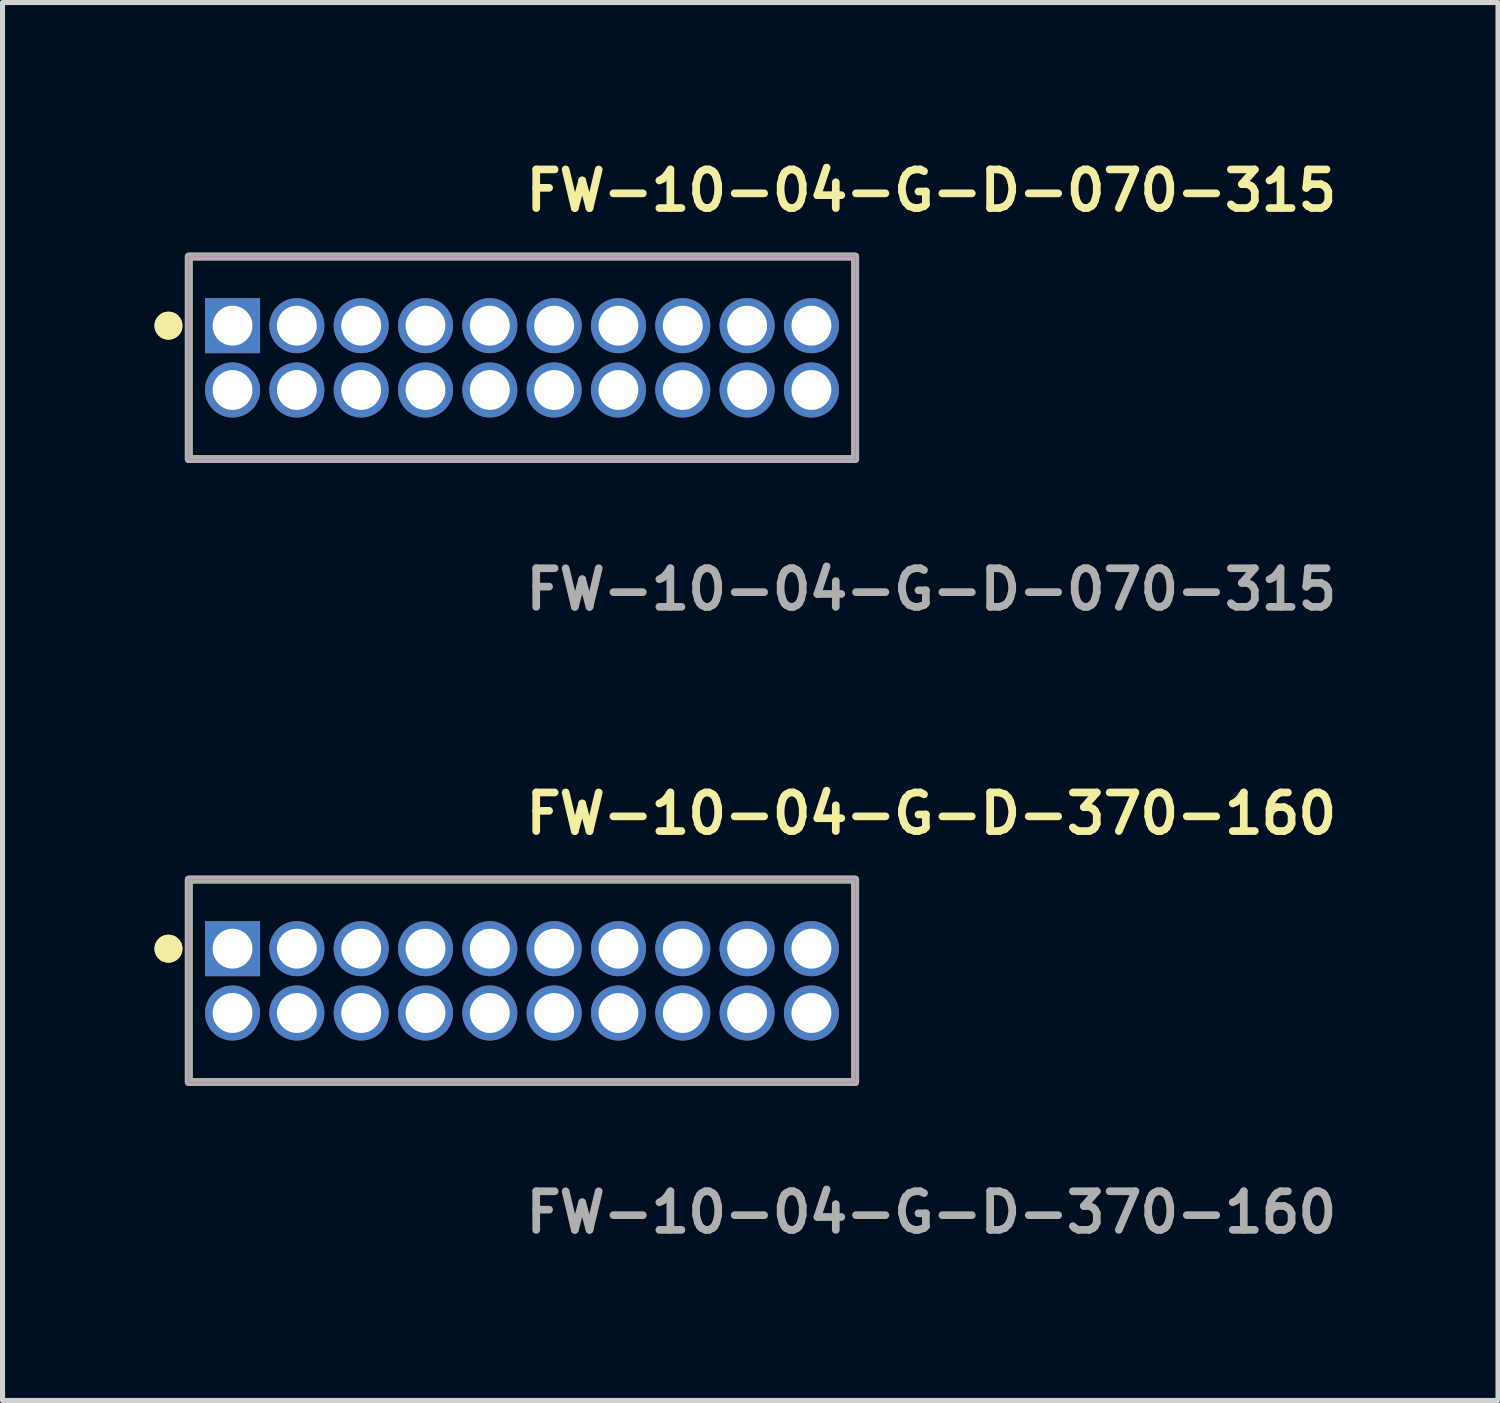
<source format=kicad_pcb>
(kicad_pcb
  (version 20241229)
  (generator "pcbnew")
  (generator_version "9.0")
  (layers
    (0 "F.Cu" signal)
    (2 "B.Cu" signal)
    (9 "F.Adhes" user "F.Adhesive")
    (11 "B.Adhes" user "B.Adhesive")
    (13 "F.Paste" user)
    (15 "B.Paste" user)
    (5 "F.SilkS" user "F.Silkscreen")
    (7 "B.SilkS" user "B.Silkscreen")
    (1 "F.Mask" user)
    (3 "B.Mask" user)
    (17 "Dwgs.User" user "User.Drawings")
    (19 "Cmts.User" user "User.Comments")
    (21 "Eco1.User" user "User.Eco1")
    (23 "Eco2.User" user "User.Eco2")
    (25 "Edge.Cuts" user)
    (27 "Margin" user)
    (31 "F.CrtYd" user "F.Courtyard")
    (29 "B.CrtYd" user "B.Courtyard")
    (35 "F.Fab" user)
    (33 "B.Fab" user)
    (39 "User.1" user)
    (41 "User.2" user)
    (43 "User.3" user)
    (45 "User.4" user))
  (footprint "FW-10-04-G-D-370-160"
    (layer "F.Cu")
    (at 7.256 16.316)
    (property "Reference" "FW-10-04-G-D-370-160" (at 0 -3.302 0) (unlocked yes) (layer "F.SilkS") (effects (font (size 0.762 0.762) (thickness 0.152)) (justify left)))
    (fp_rect (start -6.58 2) (end 6.58 -2) (stroke (width 0.152) (type solid)) (fill no) (layer "F.SilkS"))
    (fp_circle (center -6.98 -0.635) (end -7.18 -0.635) (stroke (width 0.152) (type solid)) (fill yes) (layer "F.SilkS"))
    (fp_circle (center -6.98 -0.635) (end -7.18 -0.635) (stroke (width 0.152) (type solid)) (fill yes) (layer "F.SilkS"))
    (fp_rect (start -6.58 2) (end 6.58 -2) (stroke (width 0.006) (type solid)) (fill no) (layer "F.CrtYd"))
    (fp_rect (start -6.58 2) (end 6.58 -2) (stroke (width 0.152) (type solid)) (fill no) (layer "F.Fab"))
    (fp_text user "${REFERENCE}" (at 0 4.572 0) (unlocked yes) (layer "F.Fab") (effects (font (size 0.762 0.762) (thickness 0.152)) (justify left)))
    (pad "1" thru_hole rect (at -5.715 -0.635) (size 1.087 1.087) (drill 0.787) (layers "*.Cu" "*.Mask"))
    (pad "2" thru_hole circle (at -5.715 0.635) (size 1.087 1.087) (drill 0.787) (layers "*.Cu" "*.Mask"))
    (pad "3" thru_hole circle (at -4.445 -0.635) (size 1.087 1.087) (drill 0.787) (layers "*.Cu" "*.Mask"))
    (pad "4" thru_hole circle (at -4.445 0.635) (size 1.087 1.087) (drill 0.787) (layers "*.Cu" "*.Mask"))
    (pad "5" thru_hole circle (at -3.175 -0.635) (size 1.087 1.087) (drill 0.787) (layers "*.Cu" "*.Mask"))
    (pad "6" thru_hole circle (at -3.175 0.635) (size 1.087 1.087) (drill 0.787) (layers "*.Cu" "*.Mask"))
    (pad "7" thru_hole circle (at -1.905 -0.635) (size 1.087 1.087) (drill 0.787) (layers "*.Cu" "*.Mask"))
    (pad "8" thru_hole circle (at -1.905 0.635) (size 1.087 1.087) (drill 0.787) (layers "*.Cu" "*.Mask"))
    (pad "9" thru_hole circle (at -0.635 -0.635) (size 1.087 1.087) (drill 0.787) (layers "*.Cu" "*.Mask"))
    (pad "10" thru_hole circle (at -0.635 0.635) (size 1.087 1.087) (drill 0.787) (layers "*.Cu" "*.Mask"))
    (pad "11" thru_hole circle (at 0.635 -0.635) (size 1.087 1.087) (drill 0.787) (layers "*.Cu" "*.Mask"))
    (pad "12" thru_hole circle (at 0.635 0.635) (size 1.087 1.087) (drill 0.787) (layers "*.Cu" "*.Mask"))
    (pad "13" thru_hole circle (at 1.905 -0.635) (size 1.087 1.087) (drill 0.787) (layers "*.Cu" "*.Mask"))
    (pad "14" thru_hole circle (at 1.905 0.635) (size 1.087 1.087) (drill 0.787) (layers "*.Cu" "*.Mask"))
    (pad "15" thru_hole circle (at 3.175 -0.635) (size 1.087 1.087) (drill 0.787) (layers "*.Cu" "*.Mask"))
    (pad "16" thru_hole circle (at 3.175 0.635) (size 1.087 1.087) (drill 0.787) (layers "*.Cu" "*.Mask"))
    (pad "17" thru_hole circle (at 4.445 -0.635) (size 1.087 1.087) (drill 0.787) (layers "*.Cu" "*.Mask"))
    (pad "18" thru_hole circle (at 4.445 0.635) (size 1.087 1.087) (drill 0.787) (layers "*.Cu" "*.Mask"))
    (pad "19" thru_hole circle (at 5.715 -0.635) (size 1.087 1.087) (drill 0.787) (layers "*.Cu" "*.Mask"))
    (pad "20" thru_hole circle (at 5.715 0.635) (size 1.087 1.087) (drill 0.787) (layers "*.Cu" "*.Mask")))
  (footprint "FW-10-04-G-D-070-315"
    (layer "F.Cu")
    (at 7.256 4.015)
    (property "Reference" "FW-10-04-G-D-070-315" (at 0 -3.302 0) (unlocked yes) (layer "F.SilkS") (effects (font (size 0.762 0.762) (thickness 0.152)) (justify left)))
    (fp_rect (start -6.58 2) (end 6.58 -2) (stroke (width 0.152) (type solid)) (fill no) (layer "F.SilkS"))
    (fp_circle (center -6.98 -0.635) (end -7.18 -0.635) (stroke (width 0.152) (type solid)) (fill yes) (layer "F.SilkS"))
    (fp_circle (center -6.98 -0.635) (end -7.18 -0.635) (stroke (width 0.152) (type solid)) (fill yes) (layer "F.SilkS"))
    (fp_rect (start -6.58 2) (end 6.58 -2) (stroke (width 0.006) (type solid)) (fill no) (layer "F.CrtYd"))
    (fp_rect (start -6.58 2) (end 6.58 -2) (stroke (width 0.152) (type solid)) (fill no) (layer "F.Fab"))
    (fp_text user "${REFERENCE}" (at 0 4.572 0) (unlocked yes) (layer "F.Fab") (effects (font (size 0.762 0.762) (thickness 0.152)) (justify left)))
    (pad "1" thru_hole rect (at -5.715 -0.635) (size 1.087 1.087) (drill 0.787) (layers "*.Cu" "*.Mask"))
    (pad "2" thru_hole circle (at -5.715 0.635) (size 1.087 1.087) (drill 0.787) (layers "*.Cu" "*.Mask"))
    (pad "3" thru_hole circle (at -4.445 -0.635) (size 1.087 1.087) (drill 0.787) (layers "*.Cu" "*.Mask"))
    (pad "4" thru_hole circle (at -4.445 0.635) (size 1.087 1.087) (drill 0.787) (layers "*.Cu" "*.Mask"))
    (pad "5" thru_hole circle (at -3.175 -0.635) (size 1.087 1.087) (drill 0.787) (layers "*.Cu" "*.Mask"))
    (pad "6" thru_hole circle (at -3.175 0.635) (size 1.087 1.087) (drill 0.787) (layers "*.Cu" "*.Mask"))
    (pad "7" thru_hole circle (at -1.905 -0.635) (size 1.087 1.087) (drill 0.787) (layers "*.Cu" "*.Mask"))
    (pad "8" thru_hole circle (at -1.905 0.635) (size 1.087 1.087) (drill 0.787) (layers "*.Cu" "*.Mask"))
    (pad "9" thru_hole circle (at -0.635 -0.635) (size 1.087 1.087) (drill 0.787) (layers "*.Cu" "*.Mask"))
    (pad "10" thru_hole circle (at -0.635 0.635) (size 1.087 1.087) (drill 0.787) (layers "*.Cu" "*.Mask"))
    (pad "11" thru_hole circle (at 0.635 -0.635) (size 1.087 1.087) (drill 0.787) (layers "*.Cu" "*.Mask"))
    (pad "12" thru_hole circle (at 0.635 0.635) (size 1.087 1.087) (drill 0.787) (layers "*.Cu" "*.Mask"))
    (pad "13" thru_hole circle (at 1.905 -0.635) (size 1.087 1.087) (drill 0.787) (layers "*.Cu" "*.Mask"))
    (pad "14" thru_hole circle (at 1.905 0.635) (size 1.087 1.087) (drill 0.787) (layers "*.Cu" "*.Mask"))
    (pad "15" thru_hole circle (at 3.175 -0.635) (size 1.087 1.087) (drill 0.787) (layers "*.Cu" "*.Mask"))
    (pad "16" thru_hole circle (at 3.175 0.635) (size 1.087 1.087) (drill 0.787) (layers "*.Cu" "*.Mask"))
    (pad "17" thru_hole circle (at 4.445 -0.635) (size 1.087 1.087) (drill 0.787) (layers "*.Cu" "*.Mask"))
    (pad "18" thru_hole circle (at 4.445 0.635) (size 1.087 1.087) (drill 0.787) (layers "*.Cu" "*.Mask"))
    (pad "19" thru_hole circle (at 5.715 -0.635) (size 1.087 1.087) (drill 0.787) (layers "*.Cu" "*.Mask"))
    (pad "20" thru_hole circle (at 5.715 0.635) (size 1.087 1.087) (drill 0.787) (layers "*.Cu" "*.Mask")))
  (gr_rect
    (start -3 -3)
    (end 26.527 24.601)
    (stroke (width 0.1) (type default))
    (fill no)
    (layer "Edge.Cuts")))
</source>
